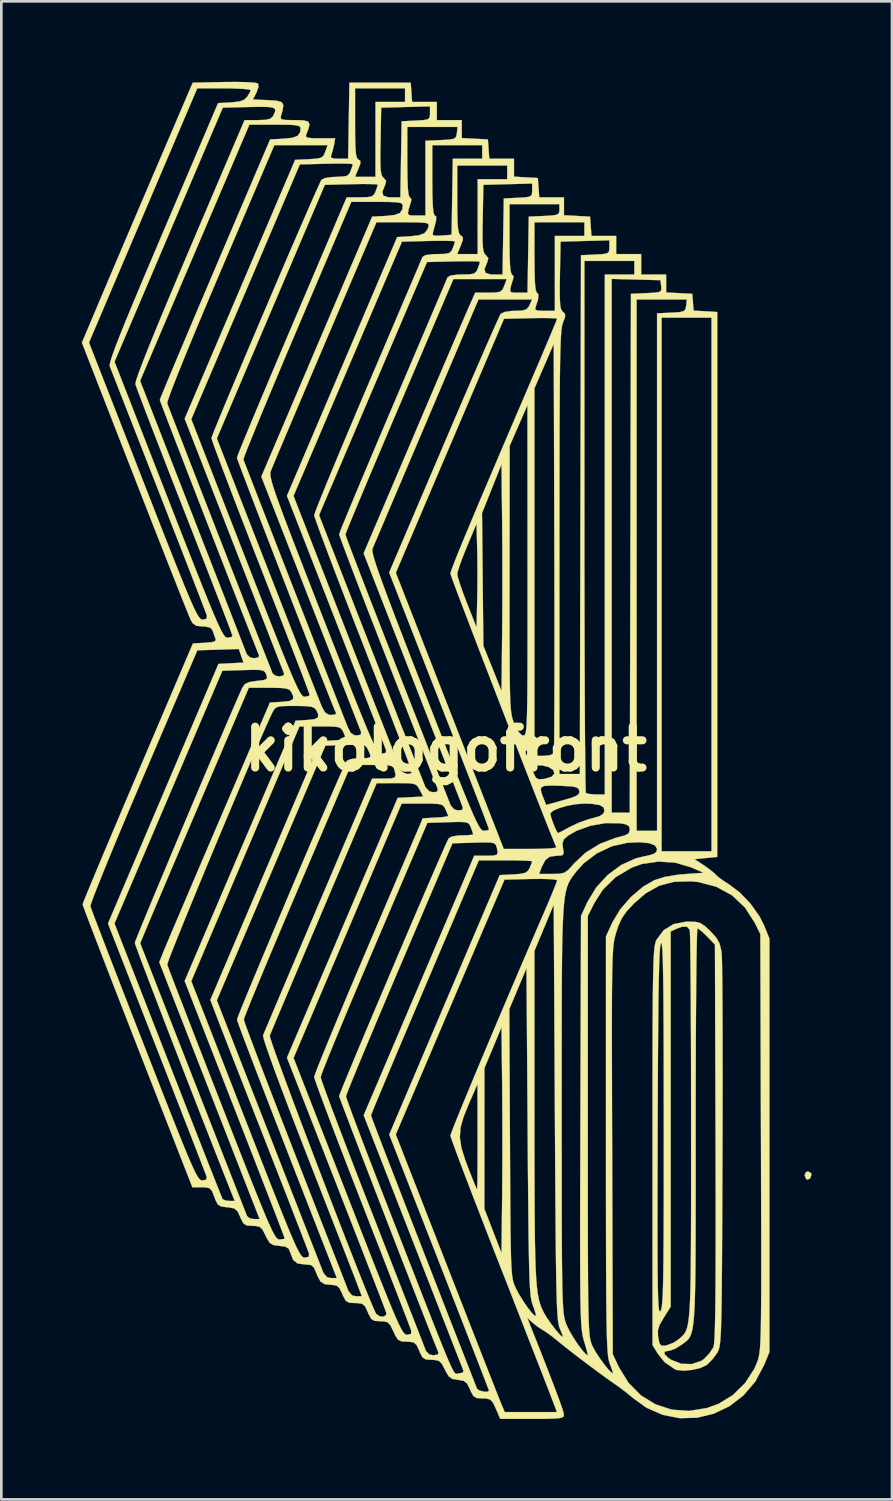
<source format=kicad_pcb>
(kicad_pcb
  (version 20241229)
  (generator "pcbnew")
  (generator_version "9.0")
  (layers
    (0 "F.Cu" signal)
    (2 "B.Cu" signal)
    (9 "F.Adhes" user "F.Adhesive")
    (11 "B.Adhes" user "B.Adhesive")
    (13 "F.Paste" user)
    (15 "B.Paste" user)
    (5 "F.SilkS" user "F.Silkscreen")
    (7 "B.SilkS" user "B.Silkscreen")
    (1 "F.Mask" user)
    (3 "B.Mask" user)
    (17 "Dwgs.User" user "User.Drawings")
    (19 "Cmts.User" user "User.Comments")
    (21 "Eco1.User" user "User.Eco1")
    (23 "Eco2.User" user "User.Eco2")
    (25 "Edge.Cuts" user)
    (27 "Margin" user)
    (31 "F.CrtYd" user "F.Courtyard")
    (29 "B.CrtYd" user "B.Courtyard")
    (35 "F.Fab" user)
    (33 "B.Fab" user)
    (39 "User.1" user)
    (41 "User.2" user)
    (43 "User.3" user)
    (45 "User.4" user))
  (footprint "kikologofront"
    (layer "F.Cu")
    (at 13.577 24.882)
    (property "Reference" "kikologofront" (at 0 0 0) (layer "F.SilkS") (effects (font (size 1.524 1.524) (thickness 0.3))))
    (attr through_hole)
    (fp_poly (pts (xy 13.617 15.813) (xy 13.631 15.87) (xy 13.584 16.009) (xy 13.484 16.056) (xy 13.431 16.028) (xy 13.376 15.893) (xy 13.427 15.776) (xy 13.504 15.748) (xy 13.617 15.813)) (stroke (width 0.01) (type solid)) (fill yes) (layer "F.SilkS"))
    (fp_poly (pts (xy 9.312 6.444) (xy 9.501 6.494) (xy 9.674 6.613) (xy 9.866 6.796) (xy 10.083 7.035) (xy 10.204 7.246) (xy 10.268 7.505) (xy 10.283 7.621) (xy 10.291 7.777) (xy 10.299 8.087) (xy 10.305 8.541) (xy 10.31 9.123) (xy 10.314 9.82) (xy 10.317 10.619) (xy 10.318 11.506) (xy 10.319 12.468) (xy 10.317 13.492) (xy 10.315 14.562) (xy 10.313 15.155) (xy 10.308 16.414) (xy 10.304 17.514) (xy 10.299 18.467) (xy 10.294 19.284) (xy 10.289 19.977) (xy 10.282 20.556) (xy 10.274 21.032) (xy 10.265 21.417) (xy 10.254 21.722) (xy 10.24 21.957) (xy 10.224 22.135) (xy 10.206 22.266) (xy 10.184 22.361) (xy 10.159 22.432) (xy 10.131 22.49) (xy 10.118 22.512) (xy 9.942 22.753) (xy 9.74 22.955) (xy 9.722 22.969) (xy 9.492 23.078) (xy 9.181 23.152) (xy 8.86 23.18) (xy 8.602 23.153) (xy 8.548 23.134) (xy 8.152 22.86) (xy 7.92 22.564) (xy 8.152 22.564) (xy 8.292 22.702) (xy 8.403 22.776) (xy 8.777 22.922) (xy 9.166 22.934) (xy 9.519 22.816) (xy 9.635 22.735) (xy 9.83 22.529) (xy 9.973 22.31) (xy 9.981 22.29) (xy 9.999 22.195) (xy 10.015 21.998) (xy 10.028 21.694) (xy 10.039 21.275) (xy 10.048 20.735) (xy 10.054 20.065) (xy 10.059 19.261) (xy 10.061 18.314) (xy 10.061 17.218) (xy 10.059 15.965) (xy 10.056 14.673) (xy 10.033 7.291) (xy 9.741 6.99) (xy 9.56 6.815) (xy 9.422 6.707) (xy 9.381 6.689) (xy 9.371 6.771) (xy 9.362 7.011) (xy 9.352 7.396) (xy 9.344 7.914) (xy 9.336 8.553) (xy 9.33 9.301) (xy 9.324 10.145) (xy 9.319 11.074) (xy 9.316 12.075) (xy 9.314 13.136) (xy 9.313 14.101) (xy 9.314 15.418) (xy 9.314 16.576) (xy 9.313 17.586) (xy 9.311 18.459) (xy 9.307 19.206) (xy 9.299 19.836) (xy 9.288 20.362) (xy 9.273 20.792) (xy 9.253 21.14) (xy 9.227 21.414) (xy 9.195 21.625) (xy 9.155 21.785) (xy 9.108 21.904) (xy 9.052 21.993) (xy 8.987 22.062) (xy 8.912 22.122) (xy 8.826 22.184) (xy 8.776 22.221) (xy 8.554 22.358) (xy 8.352 22.433) (xy 8.311 22.437) (xy 8.157 22.471) (xy 8.152 22.564) (xy 7.92 22.564) (xy 7.886 22.521) (xy 7.705 22.225) (xy 7.705 21.671) (xy 7.906 21.671) (xy 7.91 21.882) (xy 7.92 21.949) (xy 7.965 22.162) (xy 8.033 22.247) (xy 8.17 22.246) (xy 8.239 22.232) (xy 8.495 22.134) (xy 8.706 21.991) (xy 8.782 21.922) (xy 8.848 21.856) (xy 8.906 21.781) (xy 8.956 21.688) (xy 8.998 21.565) (xy 9.033 21.401) (xy 9.062 21.186) (xy 9.086 20.908) (xy 9.105 20.556) (xy 9.119 20.12) (xy 9.129 19.589) (xy 9.136 18.952) (xy 9.14 18.198) (xy 9.143 17.316) (xy 9.144 16.295) (xy 9.144 15.125) (xy 9.144 14.064) (xy 9.143 12.973) (xy 9.142 11.929) (xy 9.139 10.945) (xy 9.135 10.034) (xy 9.131 9.207) (xy 9.125 8.478) (xy 9.119 7.86) (xy 9.113 7.364) (xy 9.106 7.004) (xy 9.098 6.791) (xy 9.093 6.738) (xy 8.99 6.623) (xy 8.801 6.626) (xy 8.598 6.702) (xy 8.382 6.801) (xy 8.382 20.795) (xy 8.123 21.204) (xy 7.97 21.469) (xy 7.906 21.671) (xy 7.705 21.671) (xy 7.705 17.536) (xy 7.89 17.536) (xy 7.89 18.334) (xy 7.892 19.005) (xy 7.896 19.557) (xy 7.902 20.002) (xy 7.91 20.348) (xy 7.92 20.608) (xy 7.932 20.79) (xy 7.947 20.905) (xy 7.965 20.963) (xy 7.985 20.975) (xy 8.002 20.96) (xy 8.025 20.913) (xy 8.045 20.827) (xy 8.063 20.694) (xy 8.077 20.501) (xy 8.09 20.239) (xy 8.1 19.896) (xy 8.108 19.461) (xy 8.114 18.925) (xy 8.119 18.277) (xy 8.122 17.505) (xy 8.125 16.599) (xy 8.125 15.549) (xy 8.126 14.343) (xy 8.125 13.933) (xy 8.124 12.654) (xy 8.123 11.535) (xy 8.12 10.568) (xy 8.115 9.744) (xy 8.11 9.054) (xy 8.102 8.49) (xy 8.093 8.042) (xy 8.083 7.701) (xy 8.07 7.46) (xy 8.055 7.308) (xy 8.038 7.238) (xy 8.02 7.239) (xy 8 7.312) (xy 7.982 7.468) (xy 7.966 7.716) (xy 7.953 8.063) (xy 7.941 8.518) (xy 7.93 9.091) (xy 7.921 9.789) (xy 7.914 10.62) (xy 7.907 11.594) (xy 7.902 12.718) (xy 7.897 14.002) (xy 7.896 14.266) (xy 7.893 15.512) (xy 7.891 16.598) (xy 7.89 17.536) (xy 7.705 17.536) (xy 7.705 14.817) (xy 7.705 13.522) (xy 7.706 12.385) (xy 7.707 11.396) (xy 7.709 10.544) (xy 7.713 9.818) (xy 7.717 9.207) (xy 7.724 8.701) (xy 7.732 8.288) (xy 7.742 7.959) (xy 7.754 7.701) (xy 7.768 7.504) (xy 7.785 7.358) (xy 7.805 7.251) (xy 7.827 7.173) (xy 7.853 7.114) (xy 8.12 6.755) (xy 8.491 6.527) (xy 8.959 6.436) (xy 9.041 6.435) (xy 9.312 6.444)) (stroke (width 0.01) (type solid)) (fill yes) (layer "F.SilkS"))
    (fp_poly (pts (xy -7.456 -24.869) (xy -7.176 -24.853) (xy -7.022 -24.828) (xy -7.006 -24.82) (xy -6.986 -24.691) (xy -7.063 -24.482) (xy -7.197 -24.222) (xy -6.625 -24.197) (xy -6.302 -24.175) (xy -6.122 -24.122) (xy -6.061 -24.01) (xy -6.091 -23.81) (xy -6.141 -23.643) (xy -6.163 -23.542) (xy -6.129 -23.485) (xy -6.005 -23.46) (xy -5.757 -23.453) (xy -5.63 -23.453) (xy -5.309 -23.444) (xy -5.135 -23.399) (xy -5.085 -23.291) (xy -5.137 -23.091) (xy -5.205 -22.924) (xy -5.221 -22.845) (xy -5.165 -22.8) (xy -5.004 -22.78) (xy -4.706 -22.775) (xy -4.698 -22.775) (xy -4.129 -22.775) (xy -4.169 -22.543) (xy -4.223 -22.311) (xy -4.273 -22.162) (xy -4.29 -22.067) (xy -4.21 -22.024) (xy -3.997 -22.013) (xy -3.99 -22.013) (xy -3.645 -22.013) (xy -3.622 -23.431) (xy -3.598 -24.85) (xy -1.312 -24.85) (xy -1.286 -24.49) (xy -1.26 -24.13) (xy -0.339 -24.13) (xy -0.339 -23.453) (xy 0.593 -23.453) (xy 0.593 -22.784) (xy 1.079 -22.758) (xy 1.566 -22.733) (xy 1.592 -22.373) (xy 1.618 -22.013) (xy 2.54 -22.013) (xy 2.54 -21.345) (xy 2.985 -21.319) (xy 3.429 -21.294) (xy 3.455 -20.934) (xy 3.481 -20.574) (xy 4.403 -20.574) (xy 4.403 -19.905) (xy 4.889 -19.88) (xy 5.376 -19.854) (xy 5.402 -19.494) (xy 5.428 -19.135) (xy 6.35 -19.135) (xy 6.35 -18.457) (xy 7.281 -18.457) (xy 7.281 -17.695) (xy 8.213 -17.695) (xy 8.213 -17.026) (xy 8.7 -17.001) (xy 9.186 -16.976) (xy 9.212 -16.662) (xy 9.238 -16.349) (xy 10.118 -16.298) (xy 10.118 4.022) (xy 9.694 4.064) (xy 9.271 4.106) (xy 9.611 4.328) (xy 9.839 4.489) (xy 10.018 4.637) (xy 10.063 4.684) (xy 10.201 4.806) (xy 10.422 4.96) (xy 10.538 5.032) (xy 10.959 5.347) (xy 11.362 5.77) (xy 11.697 6.243) (xy 11.87 6.587) (xy 12.065 7.07) (xy 12.065 22.479) (xy 11.871 22.958) (xy 11.536 23.587) (xy 11.095 24.104) (xy 10.572 24.505) (xy 9.988 24.784) (xy 9.365 24.934) (xy 8.724 24.951) (xy 8.088 24.828) (xy 7.479 24.561) (xy 6.994 24.211) (xy 6.722 23.988) (xy 6.432 23.77) (xy 6.349 23.712) (xy 6.057 23.509) (xy 5.679 23.233) (xy 5.257 22.919) (xy 4.837 22.6) (xy 4.464 22.309) (xy 4.181 22.08) (xy 4.178 22.077) (xy 3.936 21.884) (xy 3.717 21.727) (xy 3.615 21.665) (xy 3.413 21.535) (xy 3.231 21.389) (xy 3.034 21.209) (xy 3.219 21.675) (xy 3.55 22.512) (xy 3.821 23.204) (xy 4.035 23.758) (xy 4.196 24.187) (xy 4.309 24.5) (xy 4.376 24.707) (xy 4.401 24.819) (xy 4.402 24.828) (xy 4.388 24.887) (xy 4.329 24.928) (xy 4.198 24.954) (xy 3.971 24.969) (xy 3.622 24.975) (xy 3.214 24.977) (xy 2.026 24.977) (xy 1.863 24.596) (xy 1.754 24.366) (xy 1.65 24.254) (xy 1.497 24.218) (xy 1.367 24.215) (xy 1.15 24.2) (xy 1.025 24.126) (xy 0.928 23.947) (xy 0.901 23.881) (xy 0.796 23.665) (xy 0.672 23.562) (xy 0.465 23.523) (xy 0.447 23.521) (xy 0.239 23.486) (xy 0.106 23.393) (xy -0.011 23.196) (xy -0.04 23.135) (xy -0.156 22.914) (xy -0.269 22.809) (xy -0.438 22.777) (xy -0.534 22.775) (xy -0.746 22.761) (xy -0.869 22.687) (xy -0.964 22.509) (xy -0.993 22.437) (xy -1.091 22.223) (xy -1.201 22.125) (xy -1.383 22.099) (xy -1.457 22.098) (xy -1.661 22.086) (xy -1.787 22.021) (xy -1.889 21.863) (xy -1.956 21.717) (xy -2.068 21.488) (xy -2.174 21.375) (xy -2.328 21.339) (xy -2.45 21.336) (xy -2.662 21.321) (xy -2.785 21.247) (xy -2.882 21.068) (xy -2.911 20.997) (xy -3.01 20.784) (xy -3.12 20.686) (xy -3.305 20.659) (xy -3.387 20.659) (xy -3.607 20.645) (xy -3.733 20.574) (xy -3.829 20.401) (xy -3.862 20.32) (xy -3.967 20.102) (xy -4.081 20.004) (xy -4.259 19.98) (xy -4.264 19.98) (xy -4.514 19.956) (xy -4.672 19.859) (xy -4.789 19.649) (xy -4.831 19.537) (xy -4.922 19.33) (xy -5.035 19.24) (xy -5.234 19.219) (xy -5.256 19.219) (xy -5.53 19.182) (xy -5.697 19.046) (xy -5.801 18.779) (xy -5.863 18.629) (xy -5.987 18.556) (xy -6.21 18.525) (xy -6.434 18.494) (xy -6.57 18.413) (xy -6.68 18.235) (xy -6.724 18.14) (xy -6.837 17.918) (xy -6.949 17.813) (xy -7.117 17.782) (xy -7.212 17.78) (xy -7.424 17.765) (xy -7.548 17.689) (xy -7.645 17.508) (xy -7.67 17.446) (xy -7.773 17.231) (xy -7.894 17.129) (xy -8.101 17.09) (xy -8.157 17.086) (xy -8.38 17.057) (xy -8.506 16.98) (xy -8.595 16.808) (xy -8.633 16.701) (xy -8.721 16.478) (xy -8.818 16.373) (xy -8.982 16.342) (xy -9.106 16.341) (xy -9.453 16.341) (xy -11.5 11.103) (xy -11.849 10.207) (xy -12.18 9.358) (xy -12.487 8.568) (xy -12.764 7.851) (xy -13.008 7.219) (xy -13.212 6.686) (xy -13.373 6.265) (xy -13.483 5.969) (xy -13.522 5.862) (xy -13.257 5.862) (xy -13.257 5.862) (xy -13.221 5.965) (xy -13.129 6.212) (xy -12.985 6.589) (xy -12.796 7.083) (xy -12.566 7.679) (xy -12.301 8.364) (xy -12.006 9.125) (xy -11.686 9.947) (xy -11.346 10.817) (xy -11.256 11.048) (xy -10.858 12.066) (xy -10.517 12.937) (xy -10.227 13.673) (xy -9.983 14.285) (xy -9.781 14.784) (xy -9.616 15.182) (xy -9.483 15.491) (xy -9.377 15.72) (xy -9.293 15.883) (xy -9.227 15.989) (xy -9.172 16.051) (xy -9.125 16.08) (xy -9.083 16.087) (xy -8.936 16.059) (xy -8.921 15.956) (xy -8.928 15.931) (xy -8.967 15.825) (xy -9.062 15.577) (xy -9.208 15.199) (xy -9.399 14.707) (xy -9.629 14.115) (xy -9.893 13.437) (xy -10.185 12.687) (xy -10.5 11.881) (xy -10.789 11.14) (xy -12.6 6.506) (xy -12.6 6.505) (xy -12.358 6.505) (xy -10.362 11.613) (xy -10.016 12.497) (xy -9.688 13.335) (xy -9.383 14.112) (xy -9.107 14.816) (xy -8.864 15.434) (xy -8.66 15.952) (xy -8.499 16.356) (xy -8.388 16.634) (xy -8.332 16.772) (xy -8.326 16.785) (xy -8.221 16.834) (xy -8.082 16.849) (xy -7.876 16.849) (xy -8.053 16.404) (xy -8.332 15.7) (xy -8.63 14.943) (xy -8.942 14.147) (xy -9.262 13.329) (xy -9.584 12.503) (xy -9.902 11.685) (xy -10.21 10.891) (xy -10.502 10.135) (xy -10.771 9.434) (xy -11.013 8.802) (xy -11.221 8.256) (xy -11.39 7.809) (xy -11.512 7.478) (xy -11.584 7.279) (xy -11.595 7.239) (xy -11.399 7.239) (xy -9.427 12.277) (xy -9.083 13.156) (xy -8.757 13.989) (xy -8.454 14.763) (xy -8.179 15.465) (xy -7.938 16.081) (xy -7.736 16.597) (xy -7.578 16.999) (xy -7.47 17.275) (xy -7.417 17.41) (xy -7.413 17.42) (xy -7.306 17.501) (xy -7.158 17.526) (xy -6.945 17.526) (xy -7.103 17.124) (xy -7.163 16.97) (xy -7.279 16.675) (xy -7.444 16.254) (xy -7.651 15.722) (xy -7.896 15.097) (xy -8.17 14.394) (xy -8.469 13.629) (xy -8.786 12.818) (xy -8.974 12.335) (xy -10.652 8.038) (xy -10.391 8.038) (xy -10.354 8.14) (xy -10.261 8.386) (xy -10.117 8.763) (xy -9.927 9.255) (xy -9.696 9.851) (xy -9.431 10.536) (xy -9.135 11.297) (xy -8.815 12.12) (xy -8.475 12.99) (xy -8.38 13.235) (xy -7.981 14.255) (xy -7.638 15.129) (xy -7.347 15.868) (xy -7.102 16.483) (xy -6.899 16.984) (xy -6.733 17.384) (xy -6.599 17.694) (xy -6.493 17.925) (xy -6.408 18.088) (xy -6.342 18.194) (xy -6.288 18.256) (xy -6.242 18.283) (xy -6.209 18.288) (xy -6.056 18.272) (xy -6.011 18.243) (xy -6.041 18.158) (xy -6.128 17.93) (xy -6.265 17.571) (xy -6.448 17.095) (xy -6.672 16.517) (xy -6.931 15.85) (xy -7.22 15.107) (xy -7.533 14.303) (xy -7.865 13.452) (xy -7.876 13.423) (xy -9.739 8.655) (xy -9.494 8.655) (xy -7.482 13.81) (xy -7.079 14.84) (xy -6.733 15.724) (xy -6.439 16.472) (xy -6.191 17.096) (xy -5.985 17.606) (xy -5.817 18.015) (xy -5.68 18.333) (xy -5.571 18.572) (xy -5.485 18.742) (xy -5.416 18.856) (xy -5.361 18.923) (xy -5.314 18.956) (xy -5.27 18.965) (xy -5.265 18.965) (xy -5.116 18.935) (xy -5.1 18.827) (xy -5.102 18.817) (xy -5.141 18.712) (xy -5.235 18.464) (xy -5.379 18.089) (xy -5.568 17.602) (xy -5.794 17.019) (xy -6.053 16.354) (xy -6.339 15.623) (xy -6.645 14.841) (xy -6.77 14.52) (xy -7.089 13.708) (xy -7.394 12.929) (xy -7.679 12.199) (xy -7.938 11.537) (xy -8.163 10.96) (xy -8.349 10.483) (xy -8.488 10.125) (xy -8.574 9.902) (xy -8.589 9.863) (xy -8.777 9.369) (xy -8.542 9.369) (xy -6.591 14.358) (xy -6.248 15.235) (xy -5.922 16.069) (xy -5.618 16.847) (xy -5.342 17.552) (xy -5.099 18.173) (xy -4.895 18.695) (xy -4.735 19.104) (xy -4.625 19.386) (xy -4.57 19.527) (xy -4.566 19.537) (xy -4.427 19.697) (xy -4.279 19.727) (xy -4.066 19.727) (xy -4.224 19.325) (xy -4.736 18.018) (xy -5.219 16.782) (xy -5.67 15.625) (xy -6.086 14.556) (xy -6.464 13.581) (xy -6.801 12.71) (xy -7.094 11.949) (xy -7.339 11.308) (xy -7.535 10.792) (xy -7.677 10.412) (xy -7.763 10.173) (xy -7.789 10.086) (xy -7.789 10.086) (xy -7.535 10.086) (xy -7.505 10.186) (xy -7.418 10.431) (xy -7.28 10.805) (xy -7.096 11.295) (xy -6.871 11.887) (xy -6.61 12.568) (xy -6.319 13.323) (xy -6.003 14.138) (xy -5.668 15.001) (xy -5.621 15.121) (xy -5.281 15.991) (xy -4.958 16.818) (xy -4.658 17.587) (xy -4.385 18.285) (xy -4.146 18.897) (xy -3.946 19.41) (xy -3.791 19.809) (xy -3.685 20.08) (xy -3.635 20.209) (xy -3.633 20.214) (xy -3.497 20.374) (xy -3.347 20.405) (xy -3.134 20.405) (xy -3.335 19.875) (xy -3.404 19.696) (xy -3.529 19.375) (xy -3.701 18.931) (xy -3.916 18.379) (xy -4.167 17.737) (xy -4.446 17.021) (xy -4.747 16.249) (xy -5.065 15.436) (xy -5.203 15.083) (xy -5.542 14.209) (xy -5.852 13.404) (xy -6.126 12.678) (xy -6.362 12.046) (xy -6.553 11.518) (xy -6.696 11.108) (xy -6.786 10.828) (xy -6.819 10.69) (xy -6.819 10.688) (xy -6.569 10.688) (xy -6.546 10.784) (xy -6.468 11.023) (xy -6.34 11.386) (xy -6.169 11.859) (xy -5.961 12.424) (xy -5.722 13.066) (xy -5.458 13.769) (xy -5.175 14.516) (xy -4.88 15.292) (xy -4.579 16.079) (xy -4.278 16.862) (xy -3.983 17.625) (xy -3.701 18.351) (xy -3.437 19.025) (xy -3.198 19.63) (xy -2.99 20.149) (xy -2.819 20.568) (xy -2.691 20.869) (xy -2.613 21.037) (xy -2.599 21.061) (xy -2.467 21.155) (xy -2.322 21.165) (xy -2.227 21.099) (xy -2.224 21.018) (xy -2.261 20.915) (xy -2.355 20.667) (xy -2.5 20.291) (xy -2.69 19.8) (xy -2.919 19.208) (xy -3.183 18.53) (xy -3.475 17.78) (xy -3.79 16.973) (xy -4.096 16.189) (xy -5.923 11.517) (xy -5.68 11.517) (xy -3.665 16.68) (xy -3.262 17.712) (xy -2.916 18.597) (xy -2.621 19.347) (xy -2.372 19.972) (xy -2.166 20.484) (xy -1.997 20.894) (xy -1.86 21.213) (xy -1.751 21.452) (xy -1.664 21.623) (xy -1.596 21.736) (xy -1.541 21.803) (xy -1.494 21.835) (xy -1.451 21.844) (xy -1.304 21.812) (xy -1.289 21.699) (xy -1.29 21.696) (xy -1.327 21.592) (xy -1.421 21.344) (xy -1.565 20.968) (xy -1.754 20.478) (xy -1.983 19.888) (xy -2.245 19.212) (xy -2.535 18.465) (xy -2.849 17.662) (xy -3.12 16.967) (xy -3.447 16.128) (xy -3.755 15.333) (xy -4.038 14.597) (xy -4.29 13.934) (xy -4.507 13.358) (xy -4.683 12.885) (xy -4.813 12.528) (xy -4.89 12.303) (xy -4.908 12.234) (xy -4.669 12.234) (xy -4.639 12.341) (xy -4.552 12.592) (xy -4.413 12.972) (xy -4.229 13.468) (xy -4.003 14.066) (xy -3.741 14.752) (xy -3.449 15.512) (xy -3.131 16.332) (xy -2.793 17.198) (xy -2.731 17.357) (xy -2.39 18.229) (xy -2.066 19.058) (xy -1.765 19.828) (xy -1.492 20.526) (xy -1.253 21.138) (xy -1.052 21.651) (xy -0.897 22.049) (xy -0.791 22.321) (xy -0.741 22.451) (xy -0.738 22.458) (xy -0.611 22.578) (xy -0.459 22.606) (xy -0.297 22.574) (xy -0.279 22.5) (xy -0.388 22.23) (xy -0.543 21.841) (xy -0.737 21.349) (xy -0.963 20.771) (xy -1.216 20.123) (xy -1.489 19.423) (xy -1.776 18.686) (xy -2.069 17.93) (xy -2.363 17.171) (xy -2.651 16.426) (xy -2.927 15.71) (xy -3.185 15.042) (xy -3.417 14.437) (xy -3.617 13.912) (xy -3.78 13.484) (xy -3.898 13.169) (xy -3.966 12.984) (xy -3.977 12.95) (xy -3.725 12.95) (xy -3.695 13.051) (xy -3.609 13.295) (xy -3.474 13.663) (xy -3.295 14.139) (xy -3.079 14.709) (xy -2.831 15.354) (xy -2.559 16.058) (xy -2.319 16.675) (xy -1.859 17.853) (xy -1.457 18.883) (xy -1.108 19.775) (xy -0.81 20.539) (xy -0.556 21.185) (xy -0.344 21.722) (xy -0.168 22.161) (xy -0.026 22.511) (xy 0.088 22.782) (xy 0.177 22.984) (xy 0.246 23.126) (xy 0.299 23.219) (xy 0.34 23.272) (xy 0.373 23.295) (xy 0.402 23.299) (xy 0.431 23.292) (xy 0.466 23.284) (xy 0.481 23.283) (xy 0.637 23.25) (xy 0.654 23.177) (xy 0.616 23.081) (xy 0.523 22.842) (xy 0.378 22.473) (xy 0.189 21.988) (xy -0.04 21.402) (xy -0.303 20.728) (xy -0.594 19.981) (xy -0.909 19.175) (xy -1.226 18.364) (xy -3.063 13.661) (xy -2.794 13.661) (xy -2.764 13.748) (xy -2.677 13.98) (xy -2.538 14.345) (xy -2.352 14.83) (xy -2.124 15.422) (xy -1.858 16.108) (xy -1.56 16.877) (xy -1.235 17.716) (xy -0.886 18.612) (xy -0.52 19.552) (xy -0.141 20.524) (xy 0.246 21.516) (xy 0.637 22.514) (xy 1.025 23.506) (xy 1.162 23.855) (xy 1.249 23.918) (xy 1.404 23.959) (xy 1.549 23.966) (xy 1.609 23.929) (xy 1.579 23.846) (xy 1.492 23.62) (xy 1.355 23.264) (xy 1.172 22.79) (xy 0.948 22.214) (xy 0.689 21.549) (xy 0.401 20.808) (xy 0.088 20.006) (xy -0.244 19.155) (xy -0.252 19.135) (xy -2.113 14.374) (xy -2.112 14.372) (xy -1.869 14.372) (xy 0.029 19.23) (xy 0.369 20.1) (xy 0.694 20.931) (xy 0.998 21.707) (xy 1.275 22.415) (xy 1.519 23.038) (xy 1.726 23.563) (xy 1.888 23.975) (xy 2.001 24.26) (xy 2.058 24.402) (xy 2.059 24.405) (xy 2.193 24.723) (xy 4.141 24.723) (xy 3.94 24.194) (xy 3.873 24.017) (xy 3.749 23.699) (xy 3.577 23.256) (xy 3.361 22.704) (xy 3.109 22.058) (xy 2.826 21.335) (xy 2.52 20.551) (xy 2.196 19.722) (xy 1.954 19.107) (xy 1.628 18.271) (xy 1.321 17.479) (xy 1.192 17.145) (xy 1.435 17.145) (xy 2.074 18.797) (xy 2.097 16.674) (xy 2.103 15.921) (xy 2.106 15.068) (xy 2.106 14.18) (xy 2.103 13.322) (xy 2.098 12.559) (xy 2.097 12.461) (xy 2.074 10.372) (xy 1.756 11.134) (xy 1.437 11.896) (xy 1.436 14.52) (xy 1.435 17.145) (xy 1.192 17.145) (xy 1.038 16.748) (xy 0.786 16.09) (xy 0.569 15.52) (xy 0.394 15.052) (xy 0.266 14.702) (xy 0.189 14.483) (xy 0.188 14.478) (xy 0.52 14.478) (xy 0.576 14.856) (xy 0.713 15.304) (xy 0.823 15.6) (xy 0.957 15.94) (xy 1.067 16.212) (xy 1.141 16.383) (xy 1.164 16.425) (xy 1.17 16.345) (xy 1.175 16.118) (xy 1.179 15.769) (xy 1.181 15.321) (xy 1.182 14.798) (xy 1.182 14.457) (xy 1.179 12.488) (xy 0.847 13.25) (xy 0.655 13.726) (xy 0.546 14.118) (xy 0.52 14.478) (xy 0.188 14.478) (xy 0.169 14.413) (xy 0.202 14.31) (xy 0.295 14.067) (xy 0.443 13.698) (xy 0.64 13.217) (xy 0.879 12.639) (xy 1.154 11.978) (xy 1.46 11.249) (xy 1.789 10.467) (xy 2.116 9.697) (xy 2.364 9.697) (xy 2.389 14.691) (xy 2.394 15.735) (xy 2.399 16.624) (xy 2.404 17.371) (xy 2.41 17.99) (xy 2.418 18.494) (xy 2.427 18.899) (xy 2.439 19.216) (xy 2.454 19.461) (xy 2.472 19.647) (xy 2.495 19.787) (xy 2.522 19.896) (xy 2.555 19.987) (xy 2.593 20.075) (xy 2.602 20.094) (xy 2.729 20.337) (xy 2.892 20.598) (xy 3.062 20.843) (xy 3.214 21.035) (xy 3.323 21.137) (xy 3.355 21.141) (xy 3.346 21.051) (xy 3.286 20.858) (xy 3.24 20.735) (xy 3.212 20.652) (xy 3.187 20.549) (xy 3.165 20.413) (xy 3.146 20.233) (xy 3.13 19.995) (xy 3.116 19.689) (xy 3.104 19.301) (xy 3.094 18.82) (xy 3.084 18.234) (xy 3.076 17.53) (xy 3.068 16.697) (xy 3.059 15.721) (xy 3.051 14.592) (xy 3.049 14.266) (xy 3.006 8.17) (xy 2.685 8.934) (xy 2.364 9.697) (xy 2.116 9.697) (xy 2.137 9.647) (xy 2.496 8.802) (xy 2.861 7.947) (xy 3.043 7.525) (xy 3.302 7.525) (xy 3.302 13.664) (xy 3.302 14.888) (xy 3.304 15.954) (xy 3.307 16.875) (xy 3.312 17.664) (xy 3.32 18.332) (xy 3.332 18.892) (xy 3.347 19.356) (xy 3.367 19.736) (xy 3.392 20.045) (xy 3.423 20.294) (xy 3.46 20.496) (xy 3.504 20.663) (xy 3.555 20.807) (xy 3.615 20.941) (xy 3.652 21.016) (xy 3.767 21.21) (xy 3.929 21.441) (xy 4.103 21.665) (xy 4.256 21.841) (xy 4.355 21.926) (xy 4.365 21.929) (xy 4.352 21.861) (xy 4.285 21.69) (xy 4.25 21.611) (xy 4.225 21.546) (xy 4.204 21.458) (xy 4.184 21.338) (xy 4.167 21.174) (xy 4.152 20.957) (xy 4.139 20.676) (xy 4.128 20.319) (xy 4.117 19.878) (xy 4.108 19.34) (xy 4.1 18.696) (xy 4.093 17.935) (xy 4.085 17.047) (xy 4.078 16.021) (xy 4.071 14.846) (xy 4.064 13.547) (xy 4.051 11.216) (xy 4.318 11.216) (xy 4.318 12.459) (xy 4.318 13.39) (xy 4.318 14.698) (xy 4.319 15.848) (xy 4.32 16.85) (xy 4.321 17.716) (xy 4.324 18.457) (xy 4.328 19.083) (xy 4.334 19.605) (xy 4.341 20.034) (xy 4.35 20.382) (xy 4.362 20.659) (xy 4.376 20.876) (xy 4.392 21.045) (xy 4.411 21.175) (xy 4.434 21.279) (xy 4.46 21.366) (xy 4.488 21.445) (xy 4.594 21.672) (xy 4.75 21.939) (xy 4.927 22.206) (xy 5.097 22.431) (xy 5.232 22.575) (xy 5.289 22.606) (xy 5.28 22.532) (xy 5.23 22.34) (xy 5.154 22.085) (xy 5.126 21.99) (xy 5.102 21.888) (xy 5.081 21.768) (xy 5.063 21.619) (xy 5.047 21.43) (xy 5.035 21.19) (xy 5.025 20.888) (xy 5.017 20.513) (xy 5.011 20.054) (xy 5.008 19.5) (xy 5.006 18.84) (xy 5.005 18.064) (xy 5.006 17.159) (xy 5.009 16.115) (xy 5.012 14.922) (xy 5.015 13.893) (xy 5.038 6.223) (xy 5.292 6.223) (xy 5.292 14.055) (xy 5.292 15.382) (xy 5.292 16.552) (xy 5.293 17.573) (xy 5.294 18.456) (xy 5.297 19.214) (xy 5.3 19.855) (xy 5.305 20.39) (xy 5.312 20.832) (xy 5.321 21.189) (xy 5.331 21.473) (xy 5.344 21.694) (xy 5.36 21.863) (xy 5.378 21.991) (xy 5.4 22.088) (xy 5.425 22.166) (xy 5.453 22.234) (xy 5.47 22.272) (xy 5.588 22.487) (xy 5.752 22.736) (xy 5.93 22.978) (xy 6.092 23.172) (xy 6.206 23.276) (xy 6.228 23.283) (xy 6.218 23.213) (xy 6.157 23.036) (xy 6.113 22.924) (xy 6.089 22.852) (xy 6.067 22.761) (xy 6.048 22.639) (xy 6.032 22.477) (xy 6.018 22.263) (xy 6.006 21.987) (xy 5.996 21.639) (xy 5.988 21.208) (xy 5.982 20.683) (xy 5.977 20.053) (xy 5.974 19.309) (xy 5.972 18.439) (xy 5.97 17.433) (xy 5.969 16.281) (xy 5.969 14.971) (xy 5.969 14.774) (xy 5.969 10.52) (xy 6.189 10.52) (xy 6.19 11.36) (xy 6.192 12.333) (xy 6.195 13.451) (xy 6.199 14.724) (xy 6.2 14.987) (xy 6.223 22.564) (xy 6.447 23.042) (xy 6.811 23.635) (xy 7.276 24.103) (xy 7.822 24.438) (xy 8.428 24.633) (xy 9.073 24.68) (xy 9.738 24.572) (xy 10.174 24.413) (xy 10.702 24.089) (xy 11.158 23.641) (xy 11.501 23.11) (xy 11.596 22.89) (xy 11.626 22.808) (xy 11.653 22.723) (xy 11.675 22.624) (xy 11.695 22.502) (xy 11.712 22.344) (xy 11.725 22.14) (xy 11.736 21.88) (xy 11.745 21.552) (xy 11.751 21.146) (xy 11.756 20.65) (xy 11.758 20.055) (xy 11.759 19.348) (xy 11.759 18.52) (xy 11.757 17.559) (xy 11.754 16.455) (xy 11.751 15.197) (xy 11.749 14.661) (xy 11.726 6.9) (xy 11.519 6.479) (xy 11.147 5.902) (xy 10.666 5.451) (xy 10.087 5.135) (xy 9.423 4.96) (xy 9.144 4.932) (xy 8.508 4.95) (xy 7.955 5.095) (xy 7.447 5.382) (xy 7.013 5.758) (xy 6.741 6.049) (xy 6.561 6.305) (xy 6.43 6.593) (xy 6.354 6.825) (xy 6.324 6.929) (xy 6.297 7.032) (xy 6.273 7.147) (xy 6.253 7.284) (xy 6.237 7.454) (xy 6.223 7.67) (xy 6.212 7.94) (xy 6.203 8.278) (xy 6.197 8.694) (xy 6.192 9.199) (xy 6.19 9.804) (xy 6.189 10.52) (xy 5.969 10.52) (xy 5.969 6.985) (xy 6.212 6.458) (xy 6.504 5.972) (xy 6.903 5.513) (xy 7.359 5.129) (xy 7.768 4.892) (xy 8.158 4.768) (xy 8.663 4.684) (xy 8.89 4.664) (xy 9.61 4.614) (xy 9.144 4.41) (xy 8.557 4.237) (xy 7.927 4.195) (xy 7.309 4.286) (xy 6.932 4.42) (xy 6.327 4.778) (xy 5.851 5.245) (xy 5.54 5.732) (xy 5.292 6.223) (xy 5.038 6.223) (xy 5.281 5.695) (xy 5.604 5.162) (xy 6.034 4.694) (xy 6.535 4.324) (xy 7.071 4.08) (xy 7.281 4.026) (xy 7.593 3.958) (xy 7.772 3.898) (xy 7.854 3.827) (xy 7.874 3.728) (xy 7.874 3.723) (xy 7.795 3.591) (xy 7.568 3.507) (xy 7.208 3.475) (xy 6.766 3.495) (xy 6.194 3.623) (xy 5.637 3.885) (xy 5.147 4.252) (xy 4.888 4.536) (xy 4.793 4.659) (xy 4.709 4.77) (xy 4.636 4.881) (xy 4.572 5.003) (xy 4.518 5.145) (xy 4.472 5.32) (xy 4.433 5.538) (xy 4.402 5.81) (xy 4.377 6.146) (xy 4.357 6.557) (xy 4.342 7.055) (xy 4.332 7.65) (xy 4.325 8.352) (xy 4.321 9.174) (xy 4.319 10.125) (xy 4.318 11.216) (xy 4.051 11.216) (xy 4.022 5.8) (xy 3.662 6.662) (xy 3.302 7.525) (xy 3.043 7.525) (xy 3.226 7.098) (xy 3.584 6.268) (xy 3.654 6.108) (xy 3.829 5.7) (xy 3.976 5.346) (xy 4.085 5.076) (xy 4.143 4.919) (xy 4.149 4.894) (xy 4.07 4.867) (xy 3.855 4.849) (xy 3.537 4.841) (xy 3.168 4.844) (xy 2.186 4.868) (xy 0.159 9.62) (xy -1.869 14.372) (xy -2.112 14.372) (xy 2.006 4.699) (xy 2.515 4.674) (xy 2.742 4.657) (xy 3.476 4.657) (xy 3.963 4.657) (xy 4.243 4.65) (xy 4.425 4.607) (xy 4.574 4.497) (xy 4.759 4.289) (xy 4.771 4.274) (xy 5.209 3.863) (xy 5.751 3.529) (xy 6.336 3.309) (xy 6.413 3.29) (xy 6.677 3.22) (xy 6.812 3.145) (xy 6.856 3.04) (xy 6.858 3.003) (xy 6.829 2.878) (xy 6.712 2.808) (xy 6.507 2.769) (xy 5.965 2.76) (xy 5.397 2.858) (xy 4.869 3.048) (xy 4.559 3.227) (xy 4.394 3.37) (xy 4.347 3.523) (xy 4.367 3.69) (xy 4.393 3.884) (xy 4.343 3.963) (xy 4.174 3.979) (xy 4.126 3.979) (xy 3.878 4.012) (xy 3.712 4.134) (xy 3.58 4.383) (xy 3.563 4.427) (xy 3.476 4.657) (xy 2.742 4.657) (xy 2.807 4.652) (xy 2.977 4.608) (xy 3.074 4.524) (xy 3.121 4.437) (xy 3.192 4.269) (xy 3.217 4.187) (xy 3.138 4.172) (xy 2.923 4.16) (xy 2.604 4.152) (xy 2.223 4.149) (xy 1.228 4.15) (xy -0.783 8.873) (xy -1.142 9.717) (xy -1.48 10.514) (xy -1.793 11.252) (xy -2.073 11.917) (xy -2.315 12.494) (xy -2.514 12.971) (xy -2.664 13.334) (xy -2.759 13.568) (xy -2.794 13.661) (xy -2.794 13.661) (xy -3.063 13.661) (xy -3.065 13.656) (xy -1.005 8.818) (xy 1.055 3.979) (xy 1.501 3.979) (xy 1.77 3.973) (xy 1.903 3.937) (xy 1.933 3.843) (xy 1.895 3.665) (xy 1.893 3.659) (xy 1.86 3.569) (xy 1.798 3.514) (xy 1.672 3.486) (xy 1.449 3.48) (xy 1.095 3.488) (xy 1.043 3.49) (xy 0.245 3.514) (xy -1.74 8.17) (xy -2.097 9.01) (xy -2.433 9.805) (xy -2.743 10.542) (xy -3.021 11.206) (xy -3.261 11.783) (xy -3.457 12.26) (xy -3.604 12.623) (xy -3.695 12.858) (xy -3.725 12.95) (xy -3.977 12.95) (xy -3.979 12.942) (xy -3.947 12.847) (xy -3.855 12.613) (xy -3.709 12.257) (xy -3.518 11.795) (xy -3.288 11.243) (xy -3.026 10.618) (xy -2.739 9.936) (xy -2.433 9.214) (xy -2.117 8.468) (xy -1.797 7.714) (xy -1.48 6.97) (xy -1.173 6.251) (xy -0.882 5.575) (xy -0.616 4.957) (xy -0.381 4.414) (xy -0.184 3.962) (xy -0.032 3.619) (xy 0.069 3.4) (xy 0.108 3.323) (xy 0.237 3.26) (xy 0.471 3.222) (xy 0.603 3.217) (xy 0.841 3.211) (xy 0.99 3.193) (xy 1.016 3.181) (xy 0.989 3.083) (xy 0.932 2.923) (xy 0.886 2.82) (xy 0.821 2.756) (xy 0.7 2.725) (xy 0.487 2.717) (xy 0.147 2.725) (xy 0.079 2.727) (xy -0.69 2.752) (xy -2.679 7.408) (xy -3.037 8.249) (xy -3.375 9.047) (xy -3.686 9.788) (xy -3.964 10.457) (xy -4.205 11.04) (xy -4.401 11.524) (xy -4.548 11.894) (xy -4.639 12.136) (xy -4.669 12.234) (xy -4.908 12.234) (xy -4.91 12.226) (xy -4.878 12.121) (xy -4.784 11.875) (xy -4.635 11.5) (xy -4.436 11.013) (xy -4.194 10.425) (xy -3.913 9.752) (xy -3.6 9.006) (xy -3.26 8.203) (xy -2.9 7.356) (xy -2.886 7.324) (xy -0.863 2.582) (xy -0.389 2.557) (xy -0.131 2.538) (xy 0.041 2.514) (xy 0.085 2.497) (xy 0.053 2.404) (xy -0.014 2.248) (xy -0.069 2.146) (xy -0.145 2.082) (xy -0.279 2.049) (xy -0.509 2.035) (xy -0.87 2.033) (xy -0.881 2.033) (xy -1.651 2.034) (xy -3.665 6.776) (xy -5.68 11.517) (xy -5.923 11.517) (xy -5.926 11.508) (xy -1.798 1.82) (xy -1.322 1.795) (xy -0.847 1.77) (xy -0.976 1.52) (xy -1.044 1.4) (xy -1.123 1.326) (xy -1.251 1.288) (xy -1.468 1.273) (xy -1.813 1.271) (xy -1.844 1.271) (xy -2.582 1.273) (xy -4.55 5.907) (xy -4.906 6.746) (xy -5.243 7.541) (xy -5.555 8.278) (xy -5.836 8.943) (xy -6.08 9.521) (xy -6.282 9.999) (xy -6.435 10.362) (xy -6.532 10.597) (xy -6.569 10.688) (xy -6.819 10.688) (xy -6.818 10.681) (xy -6.777 10.579) (xy -6.675 10.336) (xy -6.518 9.965) (xy -6.313 9.481) (xy -6.065 8.896) (xy -5.781 8.224) (xy -5.465 7.481) (xy -5.124 6.679) (xy -4.765 5.833) (xy -4.759 5.821) (xy -2.752 1.101) (xy -2.307 1.101) (xy -2.039 1.095) (xy -1.907 1.058) (xy -1.877 0.964) (xy -1.915 0.786) (xy -1.916 0.783) (xy -1.95 0.694) (xy -2.018 0.638) (xy -2.154 0.608) (xy -2.391 0.595) (xy -2.754 0.593) (xy -3.54 0.593) (xy -5.538 5.273) (xy -5.896 6.115) (xy -6.234 6.912) (xy -6.546 7.652) (xy -6.825 8.319) (xy -7.066 8.901) (xy -7.264 9.382) (xy -7.411 9.749) (xy -7.504 9.989) (xy -7.535 10.086) (xy -7.789 10.086) (xy -7.757 9.991) (xy -7.665 9.756) (xy -7.52 9.399) (xy -7.329 8.936) (xy -7.099 8.383) (xy -6.837 7.757) (xy -6.55 7.074) (xy -6.245 6.351) (xy -5.93 5.604) (xy -5.61 4.849) (xy -5.293 4.104) (xy -4.986 3.384) (xy -4.695 2.706) (xy -4.429 2.087) (xy -4.194 1.542) (xy -3.996 1.089) (xy -3.843 0.744) (xy -3.742 0.523) (xy -3.702 0.445) (xy -3.573 0.381) (xy -3.338 0.344) (xy -3.207 0.339) (xy -2.948 0.335) (xy -2.828 0.307) (xy -2.818 0.224) (xy -2.886 0.059) (xy -2.894 0.043) (xy -2.948 -0.061) (xy -3.022 -0.124) (xy -3.151 -0.154) (xy -3.373 -0.161) (xy -3.725 -0.152) (xy -3.743 -0.151) (xy -4.494 -0.127) (xy -8.542 9.369) (xy -8.777 9.369) (xy -8.783 9.353) (xy -6.728 4.529) (xy -4.672 -0.296) (xy -4.199 -0.322) (xy -3.941 -0.341) (xy -3.769 -0.365) (xy -3.725 -0.381) (xy -3.757 -0.475) (xy -3.824 -0.631) (xy -3.879 -0.733) (xy -3.955 -0.796) (xy -4.089 -0.83) (xy -4.318 -0.843) (xy -4.679 -0.845) (xy -4.691 -0.845) (xy -5.461 -0.843) (xy -7.477 3.906) (xy -9.494 8.655) (xy -9.739 8.655) (xy -9.741 8.648) (xy -5.605 -1.058) (xy -5.173 -1.084) (xy -4.898 -1.115) (xy -4.769 -1.18) (xy -4.765 -1.303) (xy -4.829 -1.445) (xy -4.894 -1.526) (xy -5.006 -1.575) (xy -5.202 -1.6) (xy -5.521 -1.608) (xy -5.631 -1.609) (xy -5.98 -1.606) (xy -6.2 -1.591) (xy -6.329 -1.552) (xy -6.407 -1.478) (xy -6.464 -1.376) (xy -6.564 -1.166) (xy -6.715 -0.831) (xy -6.91 -0.386) (xy -7.141 0.15) (xy -7.403 0.762) (xy -7.688 1.433) (xy -7.989 2.147) (xy -8.3 2.886) (xy -8.613 3.634) (xy -8.921 4.375) (xy -9.218 5.092) (xy -9.496 5.768) (xy -9.749 6.387) (xy -9.969 6.932) (xy -10.151 7.386) (xy -10.286 7.733) (xy -10.368 7.957) (xy -10.391 8.038) (xy -10.652 8.038) (xy -10.687 7.949) (xy -10.548 7.594) (xy -10.489 7.452) (xy -10.37 7.169) (xy -10.198 6.761) (xy -9.977 6.243) (xy -9.716 5.631) (xy -9.421 4.939) (xy -9.098 4.182) (xy -8.753 3.376) (xy -8.485 2.752) (xy -6.562 -1.736) (xy -6.117 -1.761) (xy -5.837 -1.791) (xy -5.703 -1.854) (xy -5.694 -1.973) (xy -5.76 -2.122) (xy -5.823 -2.202) (xy -5.931 -2.251) (xy -6.121 -2.276) (xy -6.429 -2.285) (xy -6.599 -2.286) (xy -7.349 -2.286) (xy -9.02 1.63) (xy -9.361 2.43) (xy -9.693 3.21) (xy -10.008 3.95) (xy -10.298 4.631) (xy -10.555 5.235) (xy -10.77 5.741) (xy -10.935 6.131) (xy -11.042 6.385) (xy -11.045 6.392) (xy -11.399 7.239) (xy -11.595 7.239) (xy -11.599 7.225) (xy -11.567 7.134) (xy -11.476 6.903) (xy -11.332 6.55) (xy -11.142 6.091) (xy -10.914 5.541) (xy -10.654 4.919) (xy -10.37 4.239) (xy -10.068 3.519) (xy -9.755 2.776) (xy -9.438 2.024) (xy -9.124 1.282) (xy -8.82 0.565) (xy -8.533 -0.109) (xy -8.27 -0.725) (xy -8.038 -1.266) (xy -7.844 -1.716) (xy -7.694 -2.057) (xy -7.597 -2.275) (xy -7.591 -2.286) (xy -7.499 -2.42) (xy -7.346 -2.495) (xy -7.081 -2.538) (xy -7.059 -2.54) (xy -6.807 -2.57) (xy -6.689 -2.612) (xy -6.67 -2.687) (xy -6.698 -2.776) (xy -6.741 -2.867) (xy -6.812 -2.922) (xy -6.946 -2.949) (xy -7.178 -2.955) (xy -7.543 -2.946) (xy -7.553 -2.945) (xy -8.336 -2.921) (xy -10.347 1.792) (xy -12.358 6.505) (xy -12.6 6.505) (xy -10.54 1.665) (xy -8.481 -3.175) (xy -8.014 -3.2) (xy -7.547 -3.225) (xy -7.635 -3.478) (xy -7.723 -3.731) (xy -8.496 -3.707) (xy -9.268 -3.683) (xy -11.279 1.016) (xy -11.639 1.86) (xy -11.977 2.66) (xy -12.287 3.402) (xy -12.565 4.073) (xy -12.804 4.658) (xy -12.998 5.143) (xy -13.142 5.515) (xy -13.23 5.759) (xy -13.257 5.862) (xy -13.522 5.862) (xy -13.54 5.812) (xy -13.546 5.79) (xy -13.514 5.701) (xy -13.42 5.469) (xy -13.272 5.109) (xy -13.074 4.634) (xy -12.832 4.057) (xy -12.552 3.392) (xy -12.239 2.653) (xy -11.9 1.852) (xy -11.539 1.004) (xy -11.49 0.889) (xy -9.434 -3.937) (xy -8.986 -3.963) (xy -8.727 -3.985) (xy -8.604 -4.024) (xy -8.583 -4.092) (xy -8.596 -4.132) (xy -8.674 -4.346) (xy -8.698 -4.424) (xy -8.785 -4.53) (xy -8.99 -4.57) (xy -9.067 -4.572) (xy -9.301 -4.595) (xy -9.438 -4.687) (xy -9.51 -4.805) (xy -9.561 -4.923) (xy -9.667 -5.185) (xy -9.824 -5.576) (xy -10.025 -6.084) (xy -10.266 -6.693) (xy -10.54 -7.39) (xy -10.843 -8.161) (xy -11.168 -8.991) (xy -11.51 -9.867) (xy -11.599 -10.096) (xy -13.572 -15.155) (xy -13.57 -15.158) (xy -13.309 -15.158) (xy -11.29 -9.992) (xy -10.887 -8.96) (xy -10.54 -8.075) (xy -10.244 -7.325) (xy -9.995 -6.7) (xy -9.789 -6.187) (xy -9.619 -5.777) (xy -9.482 -5.458) (xy -9.373 -5.219) (xy -9.286 -5.048) (xy -9.217 -4.934) (xy -9.162 -4.867) (xy -9.115 -4.834) (xy -9.072 -4.826) (xy -9.071 -4.826) (xy -8.924 -4.857) (xy -8.91 -4.969) (xy -8.912 -4.974) (xy -8.949 -5.079) (xy -9.043 -5.326) (xy -9.188 -5.702) (xy -9.377 -6.191) (xy -9.605 -6.78) (xy -9.867 -7.454) (xy -10.157 -8.197) (xy -10.469 -8.996) (xy -10.709 -9.61) (xy -11.034 -10.441) (xy -11.342 -11.229) (xy -11.627 -11.958) (xy -11.884 -12.614) (xy -12.106 -13.182) (xy -12.288 -13.647) (xy -12.424 -13.995) (xy -12.508 -14.21) (xy -12.533 -14.275) (xy -12.533 -14.349) (xy -12.51 -14.444) (xy -12.356 -14.444) (xy -10.348 -9.297) (xy -9.945 -8.264) (xy -9.598 -7.379) (xy -9.302 -6.629) (xy -9.053 -6.003) (xy -8.846 -5.491) (xy -8.677 -5.082) (xy -8.54 -4.764) (xy -8.43 -4.526) (xy -8.344 -4.357) (xy -8.276 -4.246) (xy -8.222 -4.182) (xy -8.176 -4.154) (xy -8.149 -4.15) (xy -8 -4.177) (xy -7.959 -4.222) (xy -7.989 -4.312) (xy -8.075 -4.546) (xy -8.213 -4.909) (xy -8.396 -5.387) (xy -8.62 -5.965) (xy -8.878 -6.631) (xy -9.166 -7.369) (xy -9.477 -8.166) (xy -9.748 -8.858) (xy -10.076 -9.696) (xy -10.386 -10.491) (xy -10.672 -11.229) (xy -10.93 -11.893) (xy -11.152 -12.47) (xy -11.333 -12.946) (xy -11.469 -13.305) (xy -11.552 -13.532) (xy -11.578 -13.61) (xy -11.554 -13.731) (xy -11.403 -13.731) (xy -9.442 -8.707) (xy -9.099 -7.828) (xy -8.773 -6.993) (xy -8.47 -6.216) (xy -8.195 -5.511) (xy -7.954 -4.892) (xy -7.751 -4.372) (xy -7.593 -3.965) (xy -7.484 -3.685) (xy -7.43 -3.546) (xy -7.426 -3.535) (xy -7.3 -3.415) (xy -7.148 -3.387) (xy -6.986 -3.418) (xy -6.967 -3.493) (xy -7.071 -3.753) (xy -7.221 -4.133) (xy -7.411 -4.617) (xy -7.635 -5.187) (xy -7.885 -5.828) (xy -8.156 -6.523) (xy -8.441 -7.255) (xy -8.734 -8.007) (xy -9.028 -8.764) (xy -9.317 -9.508) (xy -9.594 -10.222) (xy -9.853 -10.891) (xy -10.088 -11.498) (xy -10.291 -12.025) (xy -10.457 -12.457) (xy -10.579 -12.778) (xy -10.623 -12.895) (xy -10.393 -12.895) (xy -10.358 -12.801) (xy -10.268 -12.565) (xy -10.128 -12.205) (xy -9.946 -11.736) (xy -9.728 -11.175) (xy -9.48 -10.537) (xy -9.209 -9.84) (xy -8.92 -9.099) (xy -8.621 -8.332) (xy -8.317 -7.553) (xy -8.015 -6.78) (xy -7.722 -6.029) (xy -7.443 -5.317) (xy -7.185 -4.659) (xy -6.955 -4.071) (xy -6.758 -3.571) (xy -6.602 -3.175) (xy -6.493 -2.898) (xy -6.459 -2.815) (xy -6.351 -2.734) (xy -6.205 -2.709) (xy -6.051 -2.743) (xy -6.034 -2.815) (xy -6.071 -2.911) (xy -6.165 -3.151) (xy -6.309 -3.52) (xy -6.498 -4.005) (xy -6.726 -4.591) (xy -6.989 -5.264) (xy -7.28 -6.011) (xy -7.595 -6.817) (xy -7.908 -7.62) (xy -9.733 -12.3) (xy -9.495 -12.3) (xy -7.478 -7.125) (xy -7.074 -6.089) (xy -6.726 -5.2) (xy -6.43 -4.447) (xy -6.18 -3.819) (xy -5.972 -3.304) (xy -5.802 -2.892) (xy -5.664 -2.571) (xy -5.554 -2.331) (xy -5.468 -2.161) (xy -5.399 -2.048) (xy -5.345 -1.983) (xy -5.299 -1.954) (xy -5.271 -1.949) (xy -5.122 -1.976) (xy -5.08 -2.023) (xy -5.11 -2.114) (xy -5.197 -2.348) (xy -5.334 -2.712) (xy -5.518 -3.191) (xy -5.742 -3.772) (xy -6.001 -4.441) (xy -6.289 -5.184) (xy -6.602 -5.986) (xy -6.914 -6.786) (xy -7.245 -7.633) (xy -7.556 -8.436) (xy -7.843 -9.179) (xy -8.099 -9.849) (xy -8.32 -10.431) (xy -8.5 -10.912) (xy -8.634 -11.276) (xy -8.715 -11.51) (xy -8.736 -11.583) (xy -8.541 -11.583) (xy -6.65 -6.74) (xy -6.31 -5.871) (xy -5.986 -5.042) (xy -5.683 -4.268) (xy -5.406 -3.562) (xy -5.163 -2.941) (xy -4.957 -2.418) (xy -4.796 -2.008) (xy -4.684 -1.726) (xy -4.628 -1.586) (xy -4.627 -1.584) (xy -4.512 -1.37) (xy -4.377 -1.281) (xy -4.275 -1.27) (xy -4.126 -1.29) (xy -4.093 -1.334) (xy -4.137 -1.433) (xy -4.234 -1.672) (xy -4.379 -2.035) (xy -4.564 -2.503) (xy -4.784 -3.061) (xy -5.031 -3.692) (xy -5.299 -4.379) (xy -5.582 -5.104) (xy -5.872 -5.852) (xy -6.165 -6.606) (xy -6.452 -7.348) (xy -6.728 -8.062) (xy -6.986 -8.731) (xy -7.219 -9.338) (xy -7.421 -9.867) (xy -7.586 -10.301) (xy -7.706 -10.622) (xy -7.77 -10.799) (xy -7.551 -10.799) (xy -7.551 -10.797) (xy -7.518 -10.709) (xy -7.429 -10.479) (xy -7.291 -10.124) (xy -7.111 -9.66) (xy -6.895 -9.104) (xy -6.649 -8.472) (xy -6.38 -7.781) (xy -6.093 -7.046) (xy -5.796 -6.284) (xy -5.495 -5.511) (xy -5.196 -4.744) (xy -4.906 -3.999) (xy -4.63 -3.293) (xy -4.375 -2.641) (xy -4.148 -2.061) (xy -3.955 -1.567) (xy -3.803 -1.178) (xy -3.697 -0.909) (xy -3.664 -0.826) (xy -3.552 -0.608) (xy -3.42 -0.518) (xy -3.326 -0.508) (xy -3.177 -0.533) (xy -3.16 -0.626) (xy -3.17 -0.656) (xy -3.211 -0.76) (xy -3.307 -1.007) (xy -3.454 -1.384) (xy -3.645 -1.875) (xy -3.876 -2.467) (xy -4.141 -3.145) (xy -4.434 -3.895) (xy -4.75 -4.703) (xy -5.054 -5.481) (xy -6.882 -10.158) (xy -6.855 -10.222) (xy -6.546 -10.222) (xy -6.528 -10.107) (xy -6.488 -9.946) (xy -6.422 -9.728) (xy -6.325 -9.442) (xy -6.193 -9.076) (xy -6.023 -8.618) (xy -5.81 -8.056) (xy -5.549 -7.38) (xy -5.237 -6.576) (xy -4.87 -5.634) (xy -4.612 -4.974) (xy -4.21 -3.946) (xy -3.864 -3.064) (xy -3.57 -2.318) (xy -3.323 -1.696) (xy -3.117 -1.187) (xy -2.949 -0.779) (xy -2.813 -0.462) (xy -2.704 -0.225) (xy -2.618 -0.055) (xy -2.549 0.058) (xy -2.494 0.126) (xy -2.446 0.159) (xy -2.402 0.169) (xy -2.392 0.169) (xy -2.244 0.144) (xy -2.229 0.048) (xy -2.238 0.021) (xy -2.278 -0.083) (xy -2.374 -0.33) (xy -2.52 -0.707) (xy -2.711 -1.198) (xy -2.942 -1.789) (xy -3.206 -2.467) (xy -3.498 -3.217) (xy -3.813 -4.024) (xy -4.109 -4.785) (xy -5.926 -9.44) (xy -5.682 -9.44) (xy -3.718 -4.403) (xy -3.374 -3.522) (xy -3.047 -2.686) (xy -2.743 -1.908) (xy -2.466 -1.201) (xy -2.222 -0.581) (xy -2.016 -0.059) (xy -1.854 0.349) (xy -1.741 0.631) (xy -1.684 0.771) (xy -1.678 0.783) (xy -1.569 0.887) (xy -1.419 0.93) (xy -1.299 0.903) (xy -1.27 0.841) (xy -1.3 0.748) (xy -1.387 0.511) (xy -1.524 0.145) (xy -1.707 -0.337) (xy -1.931 -0.919) (xy -2.189 -1.59) (xy -2.477 -2.333) (xy -2.789 -3.135) (xy -3.09 -3.908) (xy -3.42 -4.754) (xy -3.73 -5.556) (xy -4.016 -6.299) (xy -4.272 -6.969) (xy -4.492 -7.552) (xy -4.672 -8.033) (xy -4.805 -8.398) (xy -4.886 -8.632) (xy -4.911 -8.72) (xy -4.909 -8.724) (xy -4.73 -8.724) (xy -2.788 -3.748) (xy -2.446 -2.872) (xy -2.12 -2.038) (xy -1.817 -1.262) (xy -1.541 -0.558) (xy -1.298 0.062) (xy -1.094 0.583) (xy -0.934 0.99) (xy -0.823 1.27) (xy -0.768 1.409) (xy -0.764 1.418) (xy -0.614 1.579) (xy -0.47 1.609) (xy -0.321 1.589) (xy -0.306 1.496) (xy -0.332 1.418) (xy -0.376 1.306) (xy -0.476 1.051) (xy -0.626 0.667) (xy -0.82 0.17) (xy -1.054 -0.426) (xy -1.32 -1.107) (xy -1.613 -1.858) (xy -1.929 -2.664) (xy -2.193 -3.34) (xy -2.519 -4.176) (xy -2.826 -4.965) (xy -3.109 -5.695) (xy -3.361 -6.35) (xy -3.577 -6.916) (xy -3.753 -7.38) (xy -3.882 -7.725) (xy -3.959 -7.94) (xy -3.977 -8.001) (xy -3.747 -8.001) (xy -3.717 -7.909) (xy -3.63 -7.674) (xy -3.492 -7.308) (xy -3.307 -6.825) (xy -3.082 -6.24) (xy -2.821 -5.565) (xy -2.529 -4.815) (xy -2.213 -4.003) (xy -1.876 -3.142) (xy -1.823 -3.006) (xy -1.482 -2.135) (xy -1.158 -1.308) (xy -0.856 -0.538) (xy -0.582 0.16) (xy -0.342 0.774) (xy -0.141 1.287) (xy 0.015 1.687) (xy 0.122 1.959) (xy 0.173 2.09) (xy 0.175 2.095) (xy 0.314 2.256) (xy 0.461 2.286) (xy 0.607 2.269) (xy 0.629 2.185) (xy 0.59 2.067) (xy 0.544 1.95) (xy 0.443 1.689) (xy 0.292 1.301) (xy 0.096 0.799) (xy -0.139 0.198) (xy -0.406 -0.487) (xy -0.7 -1.241) (xy -1.016 -2.049) (xy -1.28 -2.726) (xy -3.067 -7.299) (xy -3.019 -7.412) (xy -2.744 -7.412) (xy -2.728 -7.3) (xy -2.685 -7.129) (xy -2.609 -6.887) (xy -2.499 -6.564) (xy -2.35 -6.15) (xy -2.158 -5.633) (xy -1.919 -5.004) (xy -1.629 -4.251) (xy -1.286 -3.364) (xy -0.884 -2.332) (xy -0.8 -2.119) (xy -0.396 -1.086) (xy -0.049 -0.199) (xy 0.247 0.552) (xy 0.497 1.178) (xy 0.704 1.691) (xy 0.874 2.102) (xy 1.011 2.421) (xy 1.121 2.661) (xy 1.208 2.832) (xy 1.276 2.945) (xy 1.331 3.011) (xy 1.377 3.041) (xy 1.413 3.048) (xy 1.565 3.028) (xy 1.609 2.994) (xy 1.579 2.908) (xy 1.492 2.678) (xy 1.355 2.317) (xy 1.171 1.841) (xy 0.947 1.261) (xy 0.688 0.593) (xy 0.399 -0.149) (xy 0.086 -0.954) (xy -0.247 -1.805) (xy -0.253 -1.822) (xy -2.111 -6.574) (xy -1.867 -6.574) (xy 2.158 3.725) (xy 3.158 3.725) (xy 3.543 3.72) (xy 3.852 3.707) (xy 4.056 3.687) (xy 4.121 3.662) (xy 4.121 3.662) (xy 4.072 3.552) (xy 3.97 3.303) (xy 3.82 2.93) (xy 3.63 2.45) (xy 3.613 2.406) (xy 3.895 2.406) (xy 3.923 2.539) (xy 3.99 2.738) (xy 4.073 2.944) (xy 4.147 3.094) (xy 4.181 3.133) (xy 4.266 3.095) (xy 4.451 2.997) (xy 4.618 2.906) (xy 4.95 2.749) (xy 5.315 2.619) (xy 5.454 2.582) (xy 5.728 2.504) (xy 5.868 2.411) (xy 5.885 2.371) (xy 6.181 2.371) (xy 6.857 2.371) (xy 6.879 -7.303) (xy 6.9 -16.764) (xy 7.112 -16.764) (xy 7.112 3.048) (xy 7.874 3.048) (xy 7.874 -16.087) (xy 8.043 -16.087) (xy 8.043 3.81) (xy 9.906 3.81) (xy 9.906 -16.087) (xy 8.043 -16.087) (xy 7.874 -16.087) (xy 7.874 -16.248) (xy 8.403 -16.273) (xy 8.693 -16.291) (xy 8.854 -16.324) (xy 8.928 -16.39) (xy 8.956 -16.509) (xy 8.959 -16.531) (xy 8.986 -16.764) (xy 7.112 -16.764) (xy 6.9 -16.764) (xy 6.9 -16.976) (xy 7.477 -17.001) (xy 7.781 -17.017) (xy 7.951 -17.043) (xy 8.024 -17.095) (xy 8.034 -17.189) (xy 8.027 -17.255) (xy 8.001 -17.484) (xy 7.091 -17.508) (xy 6.181 -17.532) (xy 6.181 2.371) (xy 5.885 2.371) (xy 5.91 2.312) (xy 5.882 2.175) (xy 5.736 2.088) (xy 5.456 2.043) (xy 5.159 2.033) (xy 4.852 2.055) (xy 4.529 2.114) (xy 4.233 2.198) (xy 4.009 2.293) (xy 3.899 2.386) (xy 3.895 2.406) (xy 3.613 2.406) (xy 3.405 1.88) (xy 3.263 1.517) (xy 3.535 1.517) (xy 3.579 1.676) (xy 3.61 1.757) (xy 3.738 2.084) (xy 4.369 1.91) (xy 4.692 1.814) (xy 4.88 1.737) (xy 4.965 1.661) (xy 4.977 1.568) (xy 4.976 1.566) (xy 4.945 1.478) (xy 4.858 1.424) (xy 4.677 1.392) (xy 4.368 1.374) (xy 4.326 1.372) (xy 3.935 1.36) (xy 3.689 1.372) (xy 3.564 1.42) (xy 3.535 1.517) (xy 3.263 1.517) (xy 3.153 1.234) (xy 2.948 0.711) (xy 3.204 0.711) (xy 3.263 0.882) (xy 3.269 0.898) (xy 3.354 1.067) (xy 3.463 1.128) (xy 3.66 1.114) (xy 3.698 1.108) (xy 3.951 1.028) (xy 4.048 0.909) (xy 3.998 0.775) (xy 3.828 0.668) (xy 3.584 0.609) (xy 3.384 0.61) (xy 3.238 0.638) (xy 3.204 0.711) (xy 2.948 0.711) (xy 2.878 0.531) (xy 2.718 0.12) (xy 2.97 0.12) (xy 2.986 0.23) (xy 3.014 0.231) (xy 3.035 0.118) (xy 3.021 0.069) (xy 2.984 0.037) (xy 2.97 0.12) (xy 2.718 0.12) (xy 2.588 -0.214) (xy 2.288 -0.986) (xy 1.986 -1.766) (xy 1.687 -2.54) (xy 1.397 -3.291) (xy 1.124 -4.002) (xy 0.873 -4.658) (xy 0.65 -5.242) (xy 0.462 -5.737) (xy 0.316 -6.128) (xy 0.217 -6.398) (xy 0.174 -6.525) (xy 0.423 -6.525) (xy 0.453 -6.382) (xy 0.535 -6.122) (xy 0.655 -5.782) (xy 0.783 -5.446) (xy 1.143 -4.534) (xy 1.167 -5.532) (xy 1.175 -6.057) (xy 1.177 -6.645) (xy 1.172 -7.204) (xy 1.167 -7.466) (xy 1.143 -8.403) (xy 0.783 -7.547) (xy 0.636 -7.182) (xy 0.518 -6.861) (xy 0.443 -6.625) (xy 0.423 -6.525) (xy 0.174 -6.525) (xy 0.172 -6.531) (xy 0.169 -6.542) (xy 0.187 -6.617) (xy 0.243 -6.776) (xy 0.339 -7.026) (xy 0.478 -7.373) (xy 0.664 -7.825) (xy 0.899 -8.388) (xy 1.071 -8.799) (xy 1.347 -8.799) (xy 1.372 -6.326) (xy 1.397 -3.852) (xy 1.736 -3.009) (xy 2.074 -2.166) (xy 2.097 -4.252) (xy 2.103 -4.992) (xy 2.104 -5.299) (xy 2.373 -5.299) (xy 2.373 -4.413) (xy 2.375 -3.668) (xy 2.378 -3.051) (xy 2.382 -2.548) (xy 2.39 -2.144) (xy 2.4 -1.827) (xy 2.414 -1.581) (xy 2.432 -1.393) (xy 2.454 -1.25) (xy 2.481 -1.136) (xy 2.513 -1.039) (xy 2.55 -0.945) (xy 2.551 -0.943) (xy 2.694 -0.657) (xy 2.827 -0.523) (xy 2.89 -0.508) (xy 2.92 -0.513) (xy 2.946 -0.535) (xy 2.968 -0.586) (xy 2.987 -0.678) (xy 3.002 -0.821) (xy 3.015 -1.027) (xy 3.025 -1.308) (xy 3.032 -1.675) (xy 3.038 -2.139) (xy 3.042 -2.712) (xy 3.044 -3.406) (xy 3.045 -4.231) (xy 3.045 -5.2) (xy 3.045 -6.323) (xy 3.045 -6.668) (xy 3.042 -12.827) (xy 2.709 -12.065) (xy 2.377 -11.303) (xy 2.374 -6.34) (xy 2.373 -5.299) (xy 2.104 -5.299) (xy 2.106 -5.836) (xy 2.106 -6.722) (xy 2.104 -7.585) (xy 2.098 -8.359) (xy 2.097 -8.478) (xy 2.074 -10.619) (xy 1.711 -9.709) (xy 1.347 -8.799) (xy 1.071 -8.799) (xy 1.185 -9.07) (xy 1.527 -9.876) (xy 1.926 -10.815) (xy 2.386 -11.892) (xy 2.91 -13.114) (xy 3.053 -13.45) (xy 3.302 -13.45) (xy 3.302 0.254) (xy 3.643 0.254) (xy 3.876 0.23) (xy 4.013 0.167) (xy 4.025 0.148) (xy 4.031 0.05) (xy 4.036 -0.206) (xy 4.04 -0.607) (xy 4.043 -1.14) (xy 4.046 -1.794) (xy 4.048 -2.556) (xy 4.049 -3.414) (xy 4.049 -4.356) (xy 4.048 -5.37) (xy 4.046 -6.443) (xy 4.044 -7.326) (xy 4.233 -7.326) (xy 4.233 0.931) (xy 4.995 0.931) (xy 5.016 -8.742) (xy 5.037 -18.203) (xy 5.165 -18.203) (xy 5.165 -8.311) (xy 5.165 -7.031) (xy 5.167 -5.798) (xy 5.169 -4.623) (xy 5.172 -3.516) (xy 5.176 -2.488) (xy 5.18 -1.55) (xy 5.185 -0.712) (xy 5.191 0.016) (xy 5.197 0.622) (xy 5.203 1.096) (xy 5.21 1.428) (xy 5.217 1.607) (xy 5.221 1.637) (xy 5.335 1.673) (xy 5.547 1.693) (xy 5.602 1.693) (xy 5.927 1.693) (xy 5.927 -17.695) (xy 7.027 -17.695) (xy 7.027 -18.203) (xy 5.165 -18.203) (xy 5.037 -18.203) (xy 5.038 -18.415) (xy 5.567 -18.44) (xy 5.855 -18.457) (xy 6.013 -18.488) (xy 6.081 -18.551) (xy 6.096 -18.669) (xy 6.096 -18.718) (xy 6.096 -18.971) (xy 5.186 -18.947) (xy 4.276 -18.923) (xy 4.252 -17.664) (xy 4.245 -17.164) (xy 4.248 -16.808) (xy 4.262 -16.568) (xy 4.289 -16.419) (xy 4.333 -16.335) (xy 4.362 -16.308) (xy 4.441 -16.228) (xy 4.445 -16.12) (xy 4.376 -15.925) (xy 4.364 -15.897) (xy 4.342 -15.83) (xy 4.323 -15.731) (xy 4.306 -15.592) (xy 4.291 -15.401) (xy 4.279 -15.15) (xy 4.268 -14.828) (xy 4.259 -14.426) (xy 4.252 -13.932) (xy 4.246 -13.338) (xy 4.241 -12.632) (xy 4.238 -11.806) (xy 4.236 -10.849) (xy 4.234 -9.751) (xy 4.234 -8.502) (xy 4.233 -7.326) (xy 4.044 -7.326) (xy 4.044 -7.535) (xy 4.022 -15.113) (xy 3.662 -14.281) (xy 3.302 -13.45) (xy 3.053 -13.45) (xy 3.141 -13.654) (xy 3.393 -14.243) (xy 3.622 -14.781) (xy 3.82 -15.249) (xy 3.978 -15.626) (xy 4.089 -15.894) (xy 4.144 -16.033) (xy 4.149 -16.048) (xy 4.07 -16.064) (xy 3.854 -16.072) (xy 3.536 -16.074) (xy 3.158 -16.068) (xy 2.167 -16.044) (xy 0.15 -11.309) (xy -1.867 -6.574) (xy -2.111 -6.574) (xy -2.115 -6.585) (xy -0.081 -11.351) (xy 0.282 -12.201) (xy 0.627 -13.006) (xy 0.949 -13.752) (xy 1.241 -14.426) (xy 1.497 -15.014) (xy 1.712 -15.502) (xy 1.878 -15.876) (xy 1.991 -16.122) (xy 2.044 -16.228) (xy 2.045 -16.229) (xy 2.189 -16.299) (xy 2.45 -16.337) (xy 2.579 -16.341) (xy 2.847 -16.351) (xy 2.999 -16.395) (xy 3.088 -16.493) (xy 3.117 -16.552) (xy 3.214 -16.764) (xy 1.214 -16.764) (xy -0.721 -12.213) (xy -1.075 -11.38) (xy -1.411 -10.59) (xy -1.722 -9.857) (xy -2.004 -9.196) (xy -2.248 -8.621) (xy -2.45 -8.147) (xy -2.603 -7.787) (xy -2.701 -7.557) (xy -2.737 -7.474) (xy -2.744 -7.412) (xy -3.019 -7.412) (xy -1.222 -11.629) (xy -0.871 -12.455) (xy -0.532 -13.248) (xy -0.214 -13.992) (xy 0.076 -14.672) (xy 0.332 -15.27) (xy 0.547 -15.77) (xy 0.713 -16.155) (xy 0.824 -16.411) (xy 0.858 -16.489) (xy 1.094 -17.018) (xy 1.587 -17.018) (xy 1.866 -17.024) (xy 2.025 -17.055) (xy 2.113 -17.133) (xy 2.175 -17.272) (xy 2.271 -17.526) (xy 0.28 -17.526) (xy -1.734 -12.806) (xy -2.093 -11.962) (xy -2.432 -11.163) (xy -2.745 -10.424) (xy -3.025 -9.758) (xy -3.268 -9.178) (xy -3.468 -8.699) (xy -3.618 -8.334) (xy -3.713 -8.097) (xy -3.747 -8.002) (xy -3.747 -8.001) (xy -3.977 -8.001) (xy -3.979 -8.007) (xy -3.947 -8.101) (xy -3.854 -8.337) (xy -3.705 -8.701) (xy -3.507 -9.179) (xy -3.266 -9.757) (xy -2.986 -10.422) (xy -2.675 -11.16) (xy -2.337 -11.957) (xy -1.98 -12.796) (xy -1.621 -13.638) (xy -1.281 -14.435) (xy -0.966 -15.173) (xy -0.683 -15.839) (xy -0.437 -16.418) (xy -0.233 -16.896) (xy -0.078 -17.26) (xy 0.022 -17.496) (xy 0.061 -17.59) (xy 0.175 -17.657) (xy 0.439 -17.692) (xy 0.604 -17.695) (xy 0.888 -17.702) (xy 1.05 -17.733) (xy 1.138 -17.807) (xy 1.187 -17.913) (xy 1.248 -18.085) (xy 1.27 -18.169) (xy 1.191 -18.183) (xy 0.976 -18.19) (xy 0.658 -18.191) (xy 0.283 -18.185) (xy -0.704 -18.161) (xy -2.717 -13.443) (xy -4.73 -8.724) (xy -4.909 -8.724) (xy -4.878 -8.824) (xy -4.785 -9.069) (xy -4.636 -9.441) (xy -4.438 -9.928) (xy -4.196 -10.513) (xy -3.916 -11.185) (xy -3.604 -11.927) (xy -3.266 -12.728) (xy -2.913 -13.559) (xy -2.553 -14.401) (xy -2.214 -15.198) (xy -1.899 -15.937) (xy -1.616 -16.602) (xy -1.369 -17.18) (xy -1.166 -17.659) (xy -1.011 -18.022) (xy -0.911 -18.258) (xy -0.871 -18.352) (xy -0.757 -18.419) (xy -0.493 -18.453) (xy -0.328 -18.457) (xy 0.421 -18.457) (xy 1.185 -18.457) (xy 1.185 -19.284) (xy 1.366 -19.284) (xy 1.368 -18.931) (xy 1.382 -18.693) (xy 1.408 -18.543) (xy 1.451 -18.457) (xy 1.49 -18.419) (xy 1.582 -18.307) (xy 1.544 -18.156) (xy 1.535 -18.139) (xy 1.439 -17.9) (xy 1.476 -17.76) (xy 1.654 -17.701) (xy 1.776 -17.695) (xy 2.113 -17.695) (xy 2.136 -19.113) (xy 2.156 -20.32) (xy 2.371 -20.32) (xy 2.371 -19.008) (xy 2.376 -18.448) (xy 2.391 -18.048) (xy 2.417 -17.802) (xy 2.454 -17.699) (xy 2.465 -17.695) (xy 2.523 -17.631) (xy 2.513 -17.547) (xy 2.424 -17.262) (xy 2.393 -17.103) (xy 2.434 -17.034) (xy 2.557 -17.018) (xy 2.697 -17.018) (xy 3.044 -17.018) (xy 3.087 -19.643) (xy 3.302 -19.643) (xy 3.302 -18.33) (xy 3.307 -17.77) (xy 3.322 -17.371) (xy 3.348 -17.124) (xy 3.386 -17.022) (xy 3.397 -17.018) (xy 3.452 -16.948) (xy 3.437 -16.766) (xy 3.355 -16.51) (xy 3.346 -16.489) (xy 3.33 -16.398) (xy 3.404 -16.354) (xy 3.603 -16.341) (xy 3.674 -16.341) (xy 4.064 -16.341) (xy 4.064 -19.135) (xy 5.165 -19.135) (xy 5.165 -19.643) (xy 3.302 -19.643) (xy 3.087 -19.643) (xy 3.09 -19.854) (xy 3.662 -19.879) (xy 3.965 -19.897) (xy 4.136 -19.925) (xy 4.213 -19.98) (xy 4.233 -20.076) (xy 4.233 -20.112) (xy 4.233 -20.32) (xy 2.371 -20.32) (xy 2.156 -20.32) (xy 2.159 -20.532) (xy 2.688 -20.557) (xy 2.977 -20.574) (xy 3.135 -20.604) (xy 3.202 -20.668) (xy 3.217 -20.786) (xy 3.217 -20.835) (xy 3.217 -21.088) (xy 1.397 -21.04) (xy 1.374 -19.781) (xy 1.366 -19.284) (xy 1.185 -19.284) (xy 1.185 -21.251) (xy 2.286 -21.251) (xy 2.286 -21.759) (xy 0.423 -21.759) (xy 0.423 -20.494) (xy 0.426 -19.99) (xy 0.436 -19.631) (xy 0.455 -19.391) (xy 0.486 -19.246) (xy 0.531 -19.171) (xy 0.553 -19.155) (xy 0.629 -19.091) (xy 0.632 -18.988) (xy 0.561 -18.792) (xy 0.552 -18.77) (xy 0.421 -18.457) (xy -0.328 -18.457) (xy -0.043 -18.464) (xy 0.119 -18.495) (xy 0.207 -18.569) (xy 0.256 -18.675) (xy 0.317 -18.847) (xy 0.339 -18.931) (xy 0.26 -18.945) (xy 0.044 -18.952) (xy -0.274 -18.953) (xy -0.649 -18.947) (xy -1.637 -18.923) (xy -3.66 -14.182) (xy -5.682 -9.44) (xy -5.926 -9.44) (xy -5.927 -9.443) (xy -1.817 -19.092) (xy -1.356 -19.119) (xy -1.017 -19.155) (xy -0.808 -19.231) (xy -0.692 -19.364) (xy -0.652 -19.476) (xy -0.643 -19.547) (xy -0.677 -19.594) (xy -0.781 -19.623) (xy -0.984 -19.637) (xy -1.311 -19.642) (xy -1.599 -19.643) (xy -2.59 -19.643) (xy -4.515 -15.127) (xy -4.869 -14.296) (xy -5.205 -13.505) (xy -5.517 -12.771) (xy -5.799 -12.106) (xy -6.044 -11.528) (xy -6.246 -11.049) (xy -6.399 -10.684) (xy -6.497 -10.449) (xy -6.531 -10.365) (xy -6.545 -10.304) (xy -6.546 -10.222) (xy -6.855 -10.222) (xy -4.815 -15.006) (xy -2.749 -19.854) (xy -2.244 -19.88) (xy -1.911 -19.915) (xy -1.715 -19.99) (xy -1.626 -20.123) (xy -1.61 -20.256) (xy -1.625 -20.321) (xy -1.692 -20.364) (xy -1.839 -20.389) (xy -2.093 -20.401) (xy -2.483 -20.405) (xy -2.568 -20.405) (xy -3.527 -20.405) (xy -5.552 -15.645) (xy -5.912 -14.797) (xy -6.251 -13.994) (xy -6.562 -13.251) (xy -6.841 -12.581) (xy -7.082 -11.997) (xy -7.279 -11.513) (xy -7.427 -11.143) (xy -7.519 -10.9) (xy -7.551 -10.799) (xy -7.77 -10.799) (xy -7.776 -10.814) (xy -7.791 -10.863) (xy -7.759 -10.957) (xy -7.666 -11.193) (xy -7.518 -11.557) (xy -7.32 -12.036) (xy -7.078 -12.617) (xy -6.798 -13.284) (xy -6.486 -14.026) (xy -6.146 -14.827) (xy -5.786 -15.676) (xy -5.746 -15.769) (xy -3.699 -20.574) (xy -3.202 -20.574) (xy -2.919 -20.581) (xy -2.758 -20.613) (xy -2.671 -20.688) (xy -2.623 -20.791) (xy -2.562 -20.964) (xy -2.54 -21.048) (xy -2.619 -21.061) (xy -2.834 -21.069) (xy -3.152 -21.07) (xy -3.527 -21.064) (xy -4.514 -21.04) (xy -6.528 -16.311) (xy -8.541 -11.583) (xy -8.736 -11.583) (xy -8.74 -11.599) (xy -8.706 -11.699) (xy -8.612 -11.938) (xy -8.465 -12.299) (xy -8.272 -12.766) (xy -8.04 -13.323) (xy -7.775 -13.952) (xy -7.486 -14.637) (xy -7.179 -15.362) (xy -6.861 -16.111) (xy -6.539 -16.866) (xy -6.221 -17.611) (xy -5.913 -18.329) (xy -5.622 -19.005) (xy -5.355 -19.621) (xy -5.12 -20.162) (xy -4.924 -20.609) (xy -4.772 -20.948) (xy -4.674 -21.161) (xy -4.637 -21.23) (xy -4.503 -21.293) (xy -4.255 -21.33) (xy -4.094 -21.336) (xy -3.389 -21.336) (xy -2.625 -21.336) (xy -2.625 -22.163) (xy -2.444 -22.163) (xy -2.442 -21.809) (xy -2.428 -21.571) (xy -2.402 -21.422) (xy -2.359 -21.335) (xy -2.32 -21.298) (xy -2.228 -21.186) (xy -2.266 -21.035) (xy -2.275 -21.017) (xy -2.371 -20.778) (xy -2.334 -20.638) (xy -2.156 -20.579) (xy -2.034 -20.574) (xy -1.697 -20.574) (xy -1.674 -21.992) (xy -1.654 -23.199) (xy -1.439 -23.199) (xy -1.439 -21.886) (xy -1.434 -21.326) (xy -1.419 -20.927) (xy -1.393 -20.68) (xy -1.356 -20.578) (xy -1.345 -20.574) (xy -1.287 -20.509) (xy -1.297 -20.426) (xy -1.386 -20.141) (xy -1.417 -19.982) (xy -1.376 -19.913) (xy -1.252 -19.896) (xy -1.111 -19.897) (xy -0.762 -19.897) (xy -0.762 -22.521) (xy -0.508 -22.521) (xy -0.508 -21.209) (xy -0.503 -20.649) (xy -0.488 -20.25) (xy -0.462 -20.003) (xy -0.424 -19.901) (xy -0.413 -19.897) (xy -0.36 -19.855) (xy -0.366 -19.713) (xy -0.432 -19.446) (xy -0.47 -19.32) (xy -0.495 -19.199) (xy -0.447 -19.147) (xy -0.286 -19.142) (xy -0.159 -19.15) (xy 0.212 -19.177) (xy 0.235 -20.595) (xy 0.258 -22.013) (xy 1.355 -22.013) (xy 1.355 -22.521) (xy -0.508 -22.521) (xy -0.762 -22.521) (xy -0.762 -22.683) (xy -0.191 -22.708) (xy 0.113 -22.725) (xy 0.286 -22.754) (xy 0.369 -22.812) (xy 0.401 -22.915) (xy 0.408 -22.966) (xy 0.435 -23.199) (xy -1.439 -23.199) (xy -1.654 -23.199) (xy -1.651 -23.41) (xy -1.122 -23.436) (xy -0.833 -23.453) (xy -0.675 -23.483) (xy -0.608 -23.547) (xy -0.593 -23.664) (xy -0.593 -23.714) (xy -0.593 -23.966) (xy -2.413 -23.918) (xy -2.436 -22.659) (xy -2.444 -22.163) (xy -2.625 -22.163) (xy -2.625 -24.13) (xy -1.524 -24.13) (xy -1.524 -24.638) (xy -3.387 -24.638) (xy -3.387 -23.335) (xy -3.384 -22.823) (xy -3.375 -22.456) (xy -3.356 -22.212) (xy -3.327 -22.066) (xy -3.284 -21.996) (xy -3.262 -21.984) (xy -3.189 -21.933) (xy -3.191 -21.83) (xy -3.264 -21.636) (xy -3.389 -21.336) (xy -4.094 -21.336) (xy -4.094 -21.336) (xy -3.824 -21.344) (xy -3.672 -21.383) (xy -3.59 -21.471) (xy -3.554 -21.553) (xy -3.493 -21.726) (xy -3.471 -21.81) (xy -3.55 -21.823) (xy -3.766 -21.831) (xy -4.084 -21.832) (xy -4.459 -21.826) (xy -5.446 -21.802) (xy -7.471 -17.051) (xy -9.495 -12.3) (xy -9.733 -12.3) (xy -9.741 -12.319) (xy -7.681 -17.145) (xy -5.622 -21.971) (xy -5.104 -21.996) (xy -4.815 -22.016) (xy -4.65 -22.054) (xy -4.56 -22.131) (xy -4.499 -22.269) (xy -4.499 -22.271) (xy -4.411 -22.521) (xy -6.397 -22.521) (xy -8.416 -17.784) (xy -8.803 -16.873) (xy -9.159 -16.026) (xy -9.48 -15.255) (xy -9.76 -14.573) (xy -9.995 -13.99) (xy -10.18 -13.519) (xy -10.31 -13.171) (xy -10.381 -12.958) (xy -10.393 -12.895) (xy -10.623 -12.895) (xy -10.651 -12.969) (xy -10.668 -13.018) (xy -10.636 -13.105) (xy -10.542 -13.334) (xy -10.394 -13.692) (xy -10.196 -14.166) (xy -9.954 -14.741) (xy -9.674 -15.404) (xy -9.362 -16.143) (xy -9.022 -16.942) (xy -8.661 -17.79) (xy -8.612 -17.907) (xy -6.555 -22.733) (xy -6.053 -22.759) (xy -5.72 -22.794) (xy -5.525 -22.869) (xy -5.435 -23.002) (xy -5.42 -23.135) (xy -5.436 -23.2) (xy -5.503 -23.242) (xy -5.649 -23.268) (xy -5.904 -23.28) (xy -6.295 -23.283) (xy -6.373 -23.283) (xy -7.328 -23.283) (xy -9.366 -18.507) (xy -11.403 -13.731) (xy -11.554 -13.731) (xy -11.554 -13.736) (xy -11.46 -14.015) (xy -11.297 -14.446) (xy -11.066 -15.03) (xy -10.767 -15.764) (xy -10.4 -16.648) (xy -9.965 -17.681) (xy -9.564 -18.627) (xy -7.508 -23.453) (xy -7.017 -23.453) (xy -6.721 -23.464) (xy -6.548 -23.505) (xy -6.453 -23.591) (xy -6.438 -23.616) (xy -6.371 -23.76) (xy -6.366 -23.857) (xy -6.446 -23.916) (xy -6.631 -23.944) (xy -6.946 -23.949) (xy -7.334 -23.942) (xy -8.319 -23.918) (xy -10.338 -19.181) (xy -12.356 -14.444) (xy -12.51 -14.444) (xy -12.498 -14.495) (xy -12.423 -14.722) (xy -12.307 -15.04) (xy -12.144 -15.457) (xy -11.932 -15.983) (xy -11.665 -16.627) (xy -11.342 -17.4) (xy -10.957 -18.309) (xy -10.548 -19.271) (xy -8.495 -24.088) (xy -8.017 -24.113) (xy -7.713 -24.144) (xy -7.527 -24.209) (xy -7.41 -24.322) (xy -7.313 -24.483) (xy -7.281 -24.572) (xy -7.36 -24.598) (xy -7.576 -24.619) (xy -7.895 -24.633) (xy -8.277 -24.638) (xy -9.273 -24.638) (xy -11.291 -19.898) (xy -13.309 -15.158) (xy -13.57 -15.158) (xy -12.92 -16.7) (xy -12.738 -17.129) (xy -12.502 -17.686) (xy -12.222 -18.344) (xy -11.911 -19.074) (xy -11.581 -19.848) (xy -11.242 -20.64) (xy -10.908 -21.422) (xy -10.854 -21.548) (xy -9.44 -24.85) (xy -8.262 -24.873) (xy -7.829 -24.877) (xy -7.456 -24.869)) (stroke (width 0.01) (type solid)) (fill yes) (layer "F.SilkS")))
  (gr_rect
    (start -3 -3)
    (end 30.213 52.863)
    (stroke (width 0.1) (type default))
    (fill no)
    (layer "Edge.Cuts")))
</source>
